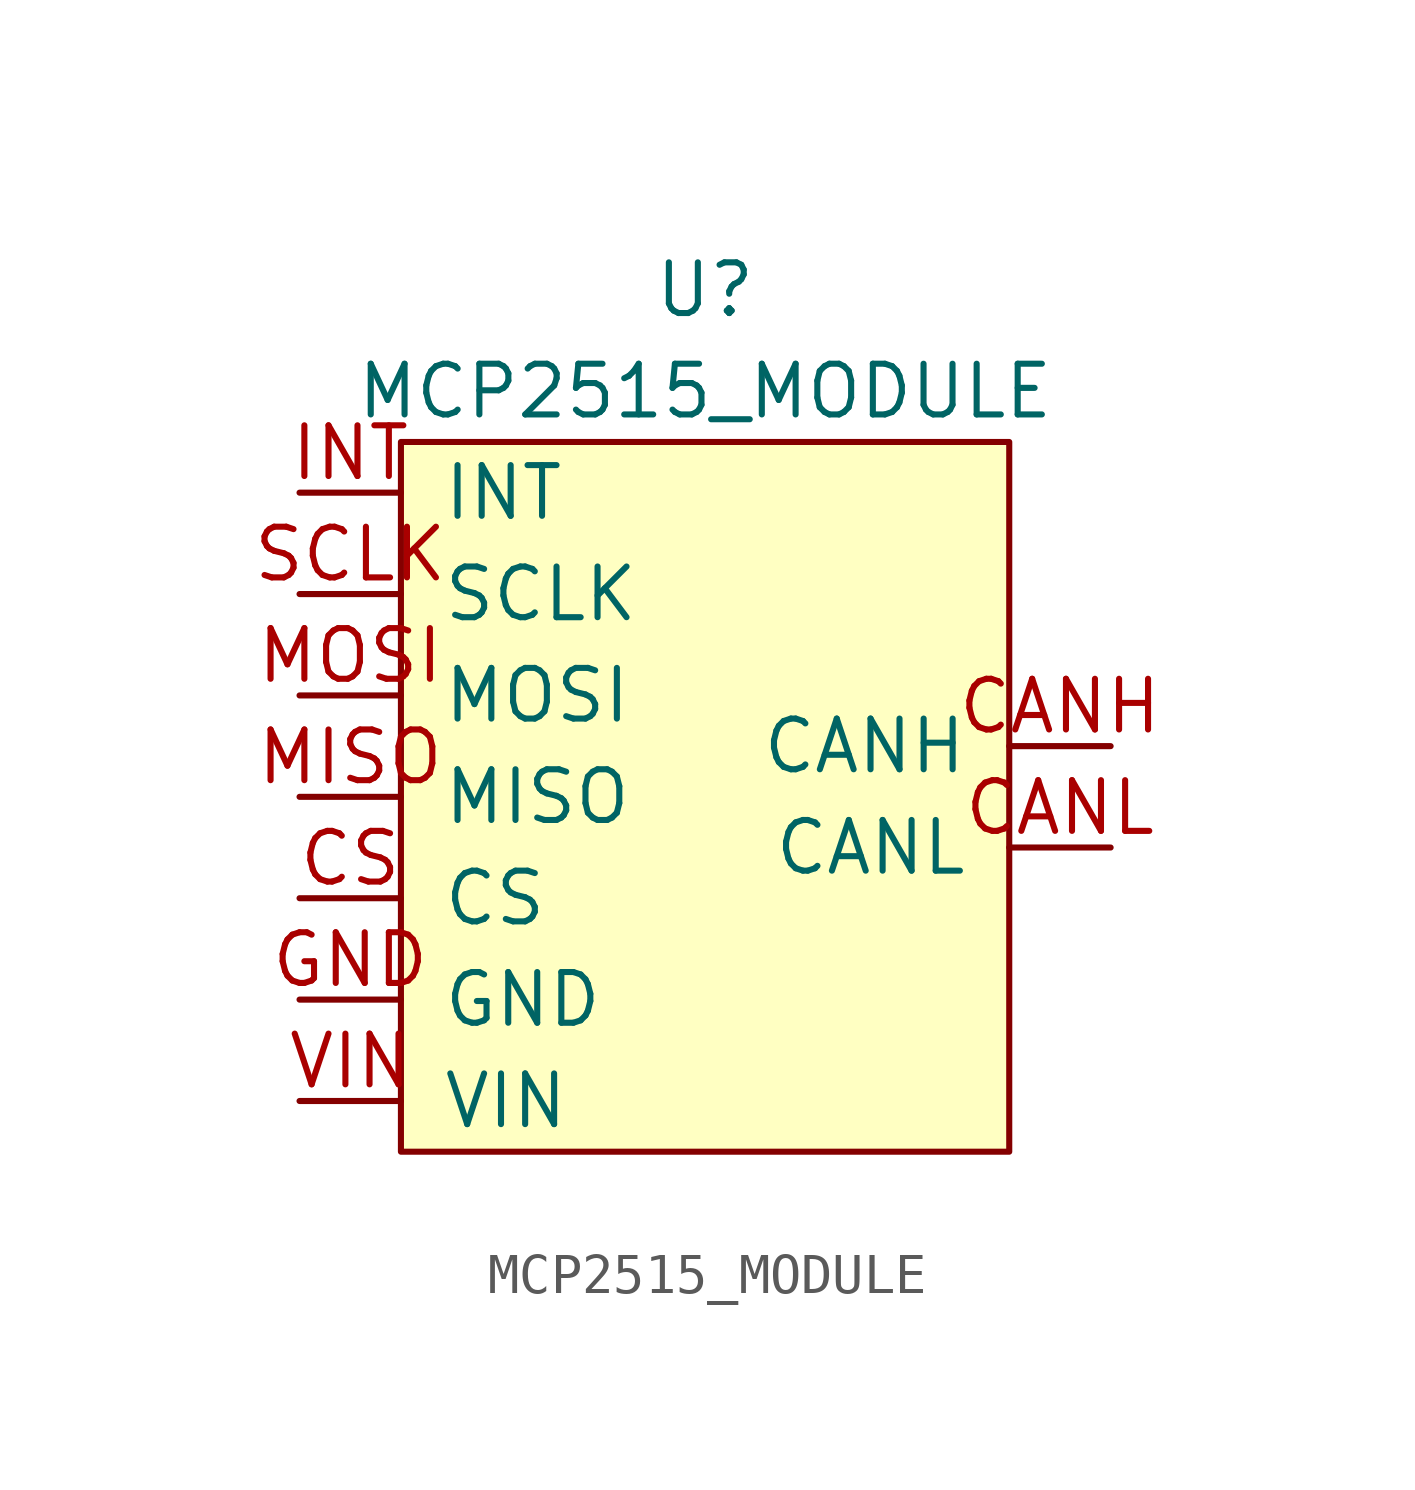
<source format=kicad_sym>
(kicad_symbol_lib
  (version 20211014)
  (generator kicad_symbol_editor)
  (symbol "MCP2515_MODULE"
    (pin_names
      (offset 1.016))
    (property "Reference" "U"
      (at 0 10.16 0)
      (effects (font (size 1.27 1.27))))
    (property "Value" "MCP2515_MODULE"
      (at 0 7.62 0)
      (effects (font (size 1.27 1.27))))
    (symbol "MCP2515_MODULE_0_1"
      (rectangle (start -7.62 6.35) (end 7.62 -11.43) (stroke (width 0) (type default) (color 0 0 0 0)) (fill (type background))))
    (symbol "MCP2515_MODULE_1_1"
      (pin input line (at 10.16 -1.27 180) (length 2.54) (name "CANH" (effects (font (size 1.27 1.27)))) (number "CANH" (effects (font (size 1.27 1.27)))))
      (pin input line (at 10.16 -3.81 180) (length 2.54) (name "CANL" (effects (font (size 1.27 1.27)))) (number "CANL" (effects (font (size 1.27 1.27)))))
      (pin input line (at -10.16 -5.08 0) (length 2.54) (name "CS" (effects (font (size 1.27 1.27)))) (number "CS" (effects (font (size 1.27 1.27)))))
      (pin input line (at -10.16 -7.62 0) (length 2.54) (name "GND" (effects (font (size 1.27 1.27)))) (number "GND" (effects (font (size 1.27 1.27)))))
      (pin input line (at -10.16 5.08 0) (length 2.54) (name "INT" (effects (font (size 1.27 1.27)))) (number "INT" (effects (font (size 1.27 1.27)))))
      (pin input line (at -10.16 -2.54 0) (length 2.54) (name "MISO" (effects (font (size 1.27 1.27)))) (number "MISO" (effects (font (size 1.27 1.27)))))
      (pin input line (at -10.16 0 0) (length 2.54) (name "MOSI" (effects (font (size 1.27 1.27)))) (number "MOSI" (effects (font (size 1.27 1.27)))))
      (pin input line (at -10.16 2.54 0) (length 2.54) (name "SCLK" (effects (font (size 1.27 1.27)))) (number "SCLK" (effects (font (size 1.27 1.27)))))
      (pin input line (at -10.16 -10.16 0) (length 2.54) (name "VIN" (effects (font (size 1.27 1.27)))) (number "VIN" (effects (font (size 1.27 1.27))))))))
</source>
